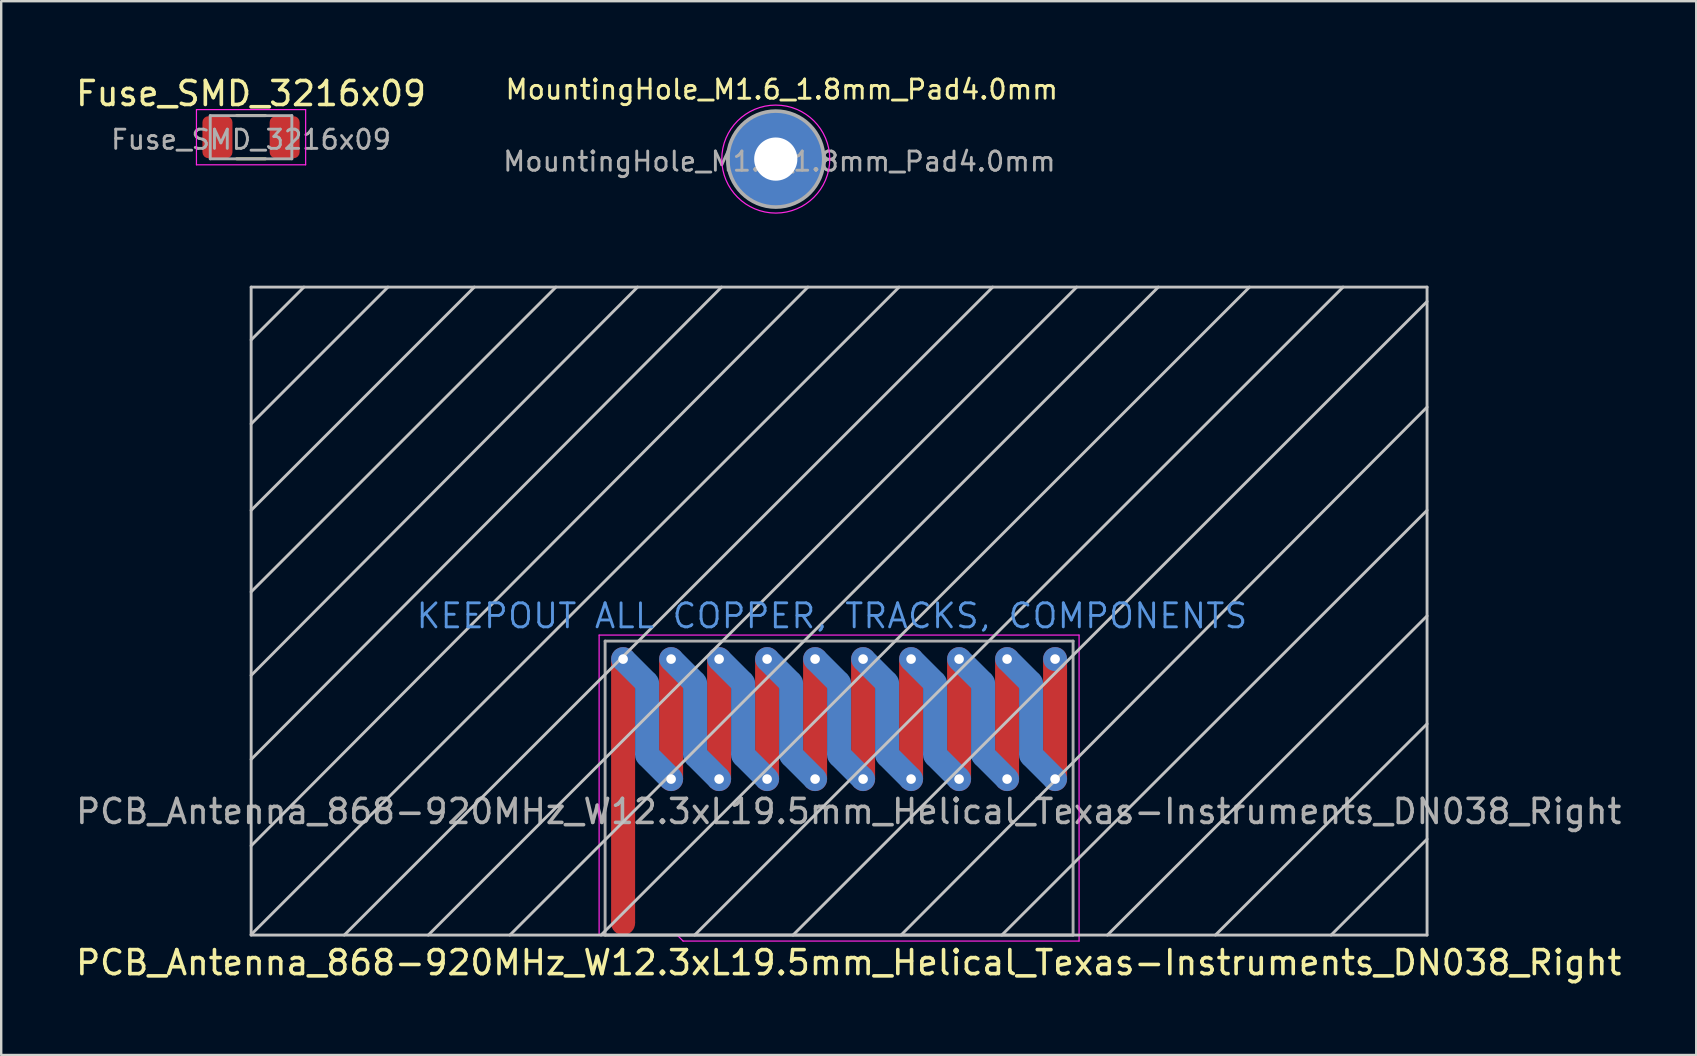
<source format=kicad_pcb>
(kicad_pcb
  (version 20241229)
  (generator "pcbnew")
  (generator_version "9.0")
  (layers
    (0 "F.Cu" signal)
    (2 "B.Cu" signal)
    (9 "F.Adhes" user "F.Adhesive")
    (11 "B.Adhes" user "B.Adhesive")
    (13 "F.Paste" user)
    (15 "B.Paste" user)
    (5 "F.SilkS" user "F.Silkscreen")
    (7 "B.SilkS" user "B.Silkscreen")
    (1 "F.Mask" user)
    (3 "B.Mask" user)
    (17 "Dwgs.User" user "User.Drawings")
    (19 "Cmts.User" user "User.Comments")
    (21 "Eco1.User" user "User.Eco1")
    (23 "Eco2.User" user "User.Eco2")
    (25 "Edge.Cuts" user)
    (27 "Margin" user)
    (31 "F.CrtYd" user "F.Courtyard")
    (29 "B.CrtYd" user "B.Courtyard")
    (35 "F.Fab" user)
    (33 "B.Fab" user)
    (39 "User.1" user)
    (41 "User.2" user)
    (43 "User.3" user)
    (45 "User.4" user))
  (footprint "MountingHole_M1.6_1.8mm_Pad4.0mm"
    (layer "F.Cu")
    (at 29.276 3.579)
    (property "Reference" "MountingHole_M1.6_1.8mm_Pad4.0mm" (at 0.25 -2.9 0) (layer "F.SilkS") (effects (font (size 0.8 0.8) (thickness 0.12))))
    (attr exclude_from_pos_files exclude_from_bom)
    (fp_circle (center 0 0) (end 2.25 0) (stroke (width 0.05) (type solid)) (fill no) (layer "F.CrtYd"))
    (fp_circle (center 0 0) (end 2 0) (stroke (width 0.15) (type solid)) (fill no) (layer "F.Fab"))
    (fp_text user "${REFERENCE}" (at 0.15 0.1 0) (layer "F.Fab") (effects (font (size 0.8 0.8) (thickness 0.12))))
    (pad "1" thru_hole circle (at 0 0) (size 4 4) (drill 1.8) (layers "*.Cu" "*.Mask")))
  (footprint "PCB_Antenna_868-920MHz_W12.3xL19.5mm_Helical_Texas-Instruments_DN038_Right"
    (layer "F.Cu")
    (at 22.915 35.414)
    (property "Reference" "PCB_Antenna_868-920MHz_W12.3xL19.5mm_Helical_Texas-Instruments_DN038_Right" (at 9.4 1.65 0) (unlocked yes) (layer "F.SilkS") (effects (font (size 1 1) (thickness 0.15))))
    (attr exclude_from_pos_files exclude_from_bom)
    (fp_poly (pts (xy 0.5 0) (xy -0.5 0) (xy -0.5 -11) (xy 0.5 -11)) (stroke (width 0) (type solid)) (fill yes) (layer "F.Cu"))
    (fp_poly (pts (xy 2.5 -6) (xy 1.5 -6) (xy 1.5 -11) (xy 2.5 -11)) (stroke (width 0) (type solid)) (fill yes) (layer "F.Cu"))
    (fp_poly (pts (xy 4.5 -6) (xy 3.5 -6) (xy 3.5 -11) (xy 4.5 -11)) (stroke (width 0) (type solid)) (fill yes) (layer "F.Cu"))
    (fp_poly (pts (xy 6.5 -6) (xy 5.5 -6) (xy 5.5 -11) (xy 6.5 -11)) (stroke (width 0) (type solid)) (fill yes) (layer "F.Cu"))
    (fp_poly (pts (xy 8.5 -6) (xy 7.5 -6) (xy 7.5 -11) (xy 8.5 -11)) (stroke (width 0) (type solid)) (fill yes) (layer "F.Cu"))
    (fp_poly (pts (xy 10.5 -6) (xy 9.5 -6) (xy 9.5 -11) (xy 10.5 -11)) (stroke (width 0) (type solid)) (fill yes) (layer "F.Cu"))
    (fp_poly (pts (xy 12.5 -6) (xy 11.5 -6) (xy 11.5 -11) (xy 12.5 -11)) (stroke (width 0) (type solid)) (fill yes) (layer "F.Cu"))
    (fp_poly (pts (xy 14.5 -6) (xy 13.5 -6) (xy 13.5 -11) (xy 14.5 -11)) (stroke (width 0) (type solid)) (fill yes) (layer "F.Cu"))
    (fp_poly (pts (xy 16.5 -6) (xy 15.5 -6) (xy 15.5 -11) (xy 16.5 -11)) (stroke (width 0) (type solid)) (fill yes) (layer "F.Cu"))
    (fp_poly (pts (xy 18.5 -6) (xy 17.5 -6) (xy 17.5 -11) (xy 18.5 -11)) (stroke (width 0) (type solid)) (fill yes) (layer "F.Cu"))
    (fp_circle (center 1 -10) (end 0.823 -9.823) (stroke (width 0.5) (type solid)) (fill no) (layer "B.Cu"))
    (fp_circle (center 1 -7) (end 0.823 -6.823) (stroke (width 0.5) (type solid)) (fill no) (layer "B.Cu"))
    (fp_circle (center 3 -10) (end 2.823 -9.823) (stroke (width 0.5) (type solid)) (fill no) (layer "B.Cu"))
    (fp_circle (center 3 -7) (end 2.823 -6.823) (stroke (width 0.5) (type solid)) (fill no) (layer "B.Cu"))
    (fp_circle (center 5 -10) (end 4.823 -9.823) (stroke (width 0.5) (type solid)) (fill no) (layer "B.Cu"))
    (fp_circle (center 5 -7) (end 4.823 -6.823) (stroke (width 0.5) (type solid)) (fill no) (layer "B.Cu"))
    (fp_circle (center 7 -10) (end 6.823 -9.823) (stroke (width 0.5) (type solid)) (fill no) (layer "B.Cu"))
    (fp_circle (center 7 -7) (end 6.823 -6.823) (stroke (width 0.5) (type solid)) (fill no) (layer "B.Cu"))
    (fp_circle (center 9 -10) (end 8.823 -9.823) (stroke (width 0.5) (type solid)) (fill no) (layer "B.Cu"))
    (fp_circle (center 9 -7) (end 8.823 -6.823) (stroke (width 0.5) (type solid)) (fill no) (layer "B.Cu"))
    (fp_circle (center 11 -10) (end 10.823 -9.823) (stroke (width 0.5) (type solid)) (fill no) (layer "B.Cu"))
    (fp_circle (center 11 -7) (end 10.823 -6.823) (stroke (width 0.5) (type solid)) (fill no) (layer "B.Cu"))
    (fp_circle (center 13 -10) (end 12.823 -9.823) (stroke (width 0.5) (type solid)) (fill no) (layer "B.Cu"))
    (fp_circle (center 13 -7) (end 12.823 -6.823) (stroke (width 0.5) (type solid)) (fill no) (layer "B.Cu"))
    (fp_circle (center 15 -10) (end 14.823 -9.823) (stroke (width 0.5) (type solid)) (fill no) (layer "B.Cu"))
    (fp_circle (center 15 -7) (end 14.823 -6.823) (stroke (width 0.5) (type solid)) (fill no) (layer "B.Cu"))
    (fp_circle (center 17 -10) (end 16.823 -9.823) (stroke (width 0.5) (type solid)) (fill no) (layer "B.Cu"))
    (fp_circle (center 17 -7) (end 16.823 -6.823) (stroke (width 0.5) (type solid)) (fill no) (layer "B.Cu"))
    (fp_poly (pts (xy -0.354 -10.646) (xy 0.354 -11.354) (xy 1.354 -10.354) (xy 0.646 -9.646)) (stroke (width 0) (type solid)) (fill yes) (layer "B.Cu"))
    (fp_poly (pts (xy 1.5 -7) (xy 0.5 -7) (xy 0.5 -10) (xy 1.5 -10)) (stroke (width 0) (type solid)) (fill yes) (layer "B.Cu"))
    (fp_poly (pts (xy 1.646 -10.646) (xy 2.354 -11.354) (xy 3.354 -10.354) (xy 2.646 -9.646)) (stroke (width 0) (type solid)) (fill yes) (layer "B.Cu"))
    (fp_poly (pts (xy 3.5 -7) (xy 2.5 -7) (xy 2.5 -10) (xy 3.5 -10)) (stroke (width 0) (type solid)) (fill yes) (layer "B.Cu"))
    (fp_poly (pts (xy 3.646 -10.646) (xy 4.354 -11.354) (xy 5.354 -10.354) (xy 4.646 -9.646)) (stroke (width 0) (type solid)) (fill yes) (layer "B.Cu"))
    (fp_poly (pts (xy 5.5 -7) (xy 4.5 -7) (xy 4.5 -10) (xy 5.5 -10)) (stroke (width 0) (type solid)) (fill yes) (layer "B.Cu"))
    (fp_poly (pts (xy 5.646 -10.646) (xy 6.354 -11.354) (xy 7.354 -10.354) (xy 6.646 -9.646)) (stroke (width 0) (type solid)) (fill yes) (layer "B.Cu"))
    (fp_poly (pts (xy 7.5 -7) (xy 6.5 -7) (xy 6.5 -10) (xy 7.5 -10)) (stroke (width 0) (type solid)) (fill yes) (layer "B.Cu"))
    (fp_poly (pts (xy 7.646 -10.646) (xy 8.354 -11.354) (xy 9.354 -10.354) (xy 8.646 -9.646)) (stroke (width 0) (type solid)) (fill yes) (layer "B.Cu"))
    (fp_poly (pts (xy 9.5 -7) (xy 8.5 -7) (xy 8.5 -10) (xy 9.5 -10)) (stroke (width 0) (type solid)) (fill yes) (layer "B.Cu"))
    (fp_poly (pts (xy 9.646 -10.646) (xy 10.354 -11.354) (xy 11.354 -10.354) (xy 10.646 -9.646)) (stroke (width 0) (type solid)) (fill yes) (layer "B.Cu"))
    (fp_poly (pts (xy 11.5 -7) (xy 10.5 -7) (xy 10.5 -10) (xy 11.5 -10)) (stroke (width 0) (type solid)) (fill yes) (layer "B.Cu"))
    (fp_poly (pts (xy 11.646 -10.646) (xy 12.354 -11.354) (xy 13.354 -10.354) (xy 12.646 -9.646)) (stroke (width 0) (type solid)) (fill yes) (layer "B.Cu"))
    (fp_poly (pts (xy 13.5 -7) (xy 12.5 -7) (xy 12.5 -10) (xy 13.5 -10)) (stroke (width 0) (type solid)) (fill yes) (layer "B.Cu"))
    (fp_poly (pts (xy 13.646 -10.646) (xy 14.354 -11.354) (xy 15.354 -10.354) (xy 14.646 -9.646)) (stroke (width 0) (type solid)) (fill yes) (layer "B.Cu"))
    (fp_poly (pts (xy 15.5 -7) (xy 14.5 -7) (xy 14.5 -10) (xy 15.5 -10)) (stroke (width 0) (type solid)) (fill yes) (layer "B.Cu"))
    (fp_poly (pts (xy 15.646 -10.646) (xy 16.354 -11.354) (xy 17.354 -10.354) (xy 16.646 -9.646)) (stroke (width 0) (type solid)) (fill yes) (layer "B.Cu"))
    (fp_poly (pts (xy 17.5 -7) (xy 16.5 -7) (xy 16.5 -10) (xy 17.5 -10)) (stroke (width 0) (type solid)) (fill yes) (layer "B.Cu"))
    (fp_poly (pts (xy 1.5 -7.207) (xy 2.354 -6.354) (xy 1.646 -5.646) (xy 0.646 -6.646) (xy 1.354 -7.354)) (stroke (width 0) (type solid)) (fill yes) (layer "B.Cu"))
    (fp_poly (pts (xy 3.5 -7.207) (xy 4.354 -6.354) (xy 3.646 -5.646) (xy 2.646 -6.646) (xy 3.354 -7.354)) (stroke (width 0) (type solid)) (fill yes) (layer "B.Cu"))
    (fp_poly (pts (xy 5.5 -7.207) (xy 6.354 -6.354) (xy 5.646 -5.646) (xy 4.646 -6.646) (xy 5.354 -7.354)) (stroke (width 0) (type solid)) (fill yes) (layer "B.Cu"))
    (fp_poly (pts (xy 7.5 -7.207) (xy 8.354 -6.354) (xy 7.646 -5.646) (xy 6.646 -6.646) (xy 7.354 -7.354)) (stroke (width 0) (type solid)) (fill yes) (layer "B.Cu"))
    (fp_poly (pts (xy 9.5 -7.207) (xy 10.354 -6.354) (xy 9.646 -5.646) (xy 8.646 -6.646) (xy 9.354 -7.354)) (stroke (width 0) (type solid)) (fill yes) (layer "B.Cu"))
    (fp_poly (pts (xy 11.5 -7.207) (xy 12.354 -6.354) (xy 11.646 -5.646) (xy 10.646 -6.646) (xy 11.354 -7.354)) (stroke (width 0) (type solid)) (fill yes) (layer "B.Cu"))
    (fp_poly (pts (xy 13.5 -7.207) (xy 14.354 -6.354) (xy 13.646 -5.646) (xy 12.646 -6.646) (xy 13.354 -7.354)) (stroke (width 0) (type solid)) (fill yes) (layer "B.Cu"))
    (fp_poly (pts (xy 15.5 -7.207) (xy 16.354 -6.354) (xy 15.646 -5.646) (xy 14.646 -6.646) (xy 15.354 -7.354)) (stroke (width 0) (type solid)) (fill yes) (layer "B.Cu"))
    (fp_poly (pts (xy 17.5 -7.207) (xy 18.354 -6.354) (xy 17.646 -5.646) (xy 16.646 -6.646) (xy 17.354 -7.354)) (stroke (width 0) (type solid)) (fill yes) (layer "B.Cu"))
    (fp_line (start -15.5 -26.5) (end -15.5 0.5) (stroke (width 0.12) (type solid)) (layer "Dwgs.User"))
    (fp_line (start -15.5 -24.3) (end -13.3 -26.5) (stroke (width 0.12) (type solid)) (layer "Dwgs.User"))
    (fp_line (start -15.5 -20.8) (end -9.8 -26.5) (stroke (width 0.12) (type solid)) (layer "Dwgs.User"))
    (fp_line (start -15.5 -17.2) (end -6.2 -26.5) (stroke (width 0.12) (type solid)) (layer "Dwgs.User"))
    (fp_line (start -15.5 -13.8) (end -2.8 -26.5) (stroke (width 0.12) (type solid)) (layer "Dwgs.User"))
    (fp_line (start -15.5 -10.32) (end 0.6 -26.5) (stroke (width 0.12) (type solid)) (layer "Dwgs.User"))
    (fp_line (start -15.5 -6.82) (end 4.1 -26.5) (stroke (width 0.12) (type solid)) (layer "Dwgs.User"))
    (fp_line (start -15.5 -3.22) (end 7.7 -26.5) (stroke (width 0.12) (type solid)) (layer "Dwgs.User"))
    (fp_line (start -15.5 0.48) (end 11.5 -26.5) (stroke (width 0.12) (type solid)) (layer "Dwgs.User"))
    (fp_line (start -15.5 0.5) (end 33.5 0.5) (stroke (width 0.12) (type solid)) (layer "Dwgs.User"))
    (fp_line (start -11.62 0.5) (end 15.4 -26.5) (stroke (width 0.12) (type solid)) (layer "Dwgs.User"))
    (fp_line (start -8.12 0.5) (end 18.9 -26.5) (stroke (width 0.12) (type solid)) (layer "Dwgs.User"))
    (fp_line (start -0.92 0.5) (end 26.1 -26.5) (stroke (width 0.12) (type solid)) (layer "Dwgs.User"))
    (fp_line (start 2.98 0.5) (end 30 -26.5) (stroke (width 0.12) (type solid)) (layer "Dwgs.User"))
    (fp_line (start 7.08 0.5) (end 33.5 -25.9) (stroke (width 0.12) (type solid)) (layer "Dwgs.User"))
    (fp_line (start 11.58 0.5) (end 33.5 -21.5) (stroke (width 0.12) (type solid)) (layer "Dwgs.User"))
    (fp_line (start 15.78 0.5) (end 33.5 -17.2) (stroke (width 0.12) (type solid)) (layer "Dwgs.User"))
    (fp_line (start 20.18 0.5) (end 33.5 -12.8) (stroke (width 0.12) (type solid)) (layer "Dwgs.User"))
    (fp_line (start 22.3 -26.5) (end -4.72 0.5) (stroke (width 0.12) (type solid)) (layer "Dwgs.User"))
    (fp_line (start 24.68 0.5) (end 33.5 -8.3) (stroke (width 0.12) (type solid)) (layer "Dwgs.User"))
    (fp_line (start 29.5 0.5) (end 33.5 -3.5) (stroke (width 0.12) (type solid)) (layer "Dwgs.User"))
    (fp_line (start 33.5 -26.5) (end -15.5 -26.5) (stroke (width 0.12) (type solid)) (layer "Dwgs.User"))
    (fp_line (start 33.5 0.5) (end 33.5 -26.5) (stroke (width 0.12) (type solid)) (layer "Dwgs.User"))
    (fp_line (start -1 -12) (end -1 0.5) (stroke (width 0.05) (type solid)) (layer "F.CrtYd"))
    (fp_line (start 2.25 0.5) (end -1 0.5) (stroke (width 0.05) (type solid)) (layer "F.CrtYd"))
    (fp_line (start 2.25 0.5) (end 2.5 0.75) (stroke (width 0.05) (type solid)) (layer "F.CrtYd"))
    (fp_line (start 2.5 0.75) (end 19 0.75) (stroke (width 0.05) (type solid)) (layer "F.CrtYd"))
    (fp_line (start 19 -12) (end -1 -12) (stroke (width 0.05) (type solid)) (layer "F.CrtYd"))
    (fp_line (start 19 0.75) (end 19 -12) (stroke (width 0.05) (type solid)) (layer "F.CrtYd"))
    (fp_line (start -0.75 -11.75) (end 18.75 -11.75) (stroke (width 0.12) (type solid)) (layer "F.Fab"))
    (fp_line (start -0.75 0.5) (end -0.75 -11.75) (stroke (width 0.12) (type solid)) (layer "F.Fab"))
    (fp_line (start 18.75 -11.75) (end 18.75 0.5) (stroke (width 0.12) (type solid)) (layer "F.Fab"))
    (fp_line (start 18.75 0.5) (end -0.75 0.5) (stroke (width 0.12) (type solid)) (layer "F.Fab"))
    (fp_text user "KEEPOUT ALL COPPER, TRACKS, COMPONENTS" (at 8.7 -12.8 0) (layer "Cmts.User") (effects (font (size 1 1) (thickness 0.12))))
    (fp_text user "${REFERENCE}" (at 9.4 -4.65 0) (layer "F.Fab") (effects (font (size 1 1) (thickness 0.15))))
    (pad "" thru_hole circle (at 0 -11) (size 1 1) (drill 0.4) (layers "*.Cu"))
    (pad "" thru_hole circle (at 2 -11) (size 1 1) (drill 0.4) (layers "*.Cu"))
    (pad "" thru_hole circle (at 2 -6) (size 1 1) (drill 0.4) (layers "*.Cu"))
    (pad "" thru_hole circle (at 4 -11) (size 1 1) (drill 0.4) (layers "*.Cu"))
    (pad "" thru_hole circle (at 4 -6) (size 1 1) (drill 0.4) (layers "*.Cu"))
    (pad "" thru_hole circle (at 6 -11) (size 1 1) (drill 0.4) (layers "*.Cu"))
    (pad "" thru_hole circle (at 6 -6) (size 1 1) (drill 0.4) (layers "*.Cu"))
    (pad "" thru_hole circle (at 8 -11) (size 1 1) (drill 0.4) (layers "*.Cu"))
    (pad "" thru_hole circle (at 8 -6) (size 1 1) (drill 0.4) (layers "*.Cu"))
    (pad "" thru_hole circle (at 10 -11) (size 1 1) (drill 0.4) (layers "*.Cu"))
    (pad "" thru_hole circle (at 10 -6) (size 1 1) (drill 0.4) (layers "*.Cu"))
    (pad "" thru_hole circle (at 12 -11) (size 1 1) (drill 0.4) (layers "*.Cu"))
    (pad "" thru_hole circle (at 12 -6) (size 1 1) (drill 0.4) (layers "*.Cu"))
    (pad "" thru_hole circle (at 14 -11) (size 1 1) (drill 0.4) (layers "*.Cu"))
    (pad "" thru_hole circle (at 14 -6) (size 1 1) (drill 0.4) (layers "*.Cu"))
    (pad "" thru_hole circle (at 16 -11) (size 1 1) (drill 0.4) (layers "*.Cu"))
    (pad "" thru_hole circle (at 16 -6) (size 1 1) (drill 0.4) (layers "*.Cu"))
    (pad "" thru_hole circle (at 18 -11) (size 1 1) (drill 0.4) (layers "*.Cu"))
    (pad "" thru_hole circle (at 18 -6) (size 1 1) (drill 0.4) (layers "*.Cu"))
    (pad "1" connect circle (at 0 0) (size 1 1) (layers "F.Cu")))
  (footprint "Fuse_SMD_3216x09"
    (layer "F.Cu")
    (at 7.411 2.668)
    (property "Reference" "Fuse_SMD_3216x09" (at 0 -1.82 0) (unlocked yes) (layer "F.SilkS") (effects (font (size 1 1) (thickness 0.15))))
    (attr smd)
    (fp_line (start -0.6 -0.9) (end 0.6 -0.9) (stroke (width 0.12) (type solid)) (layer "F.SilkS"))
    (fp_line (start 0.6 0.9) (end -0.6 0.9) (stroke (width 0.12) (type solid)) (layer "F.SilkS"))
    (fp_line (start -2.275 -1.15) (end 2.275 -1.15) (stroke (width 0.05) (type solid)) (layer "F.CrtYd"))
    (fp_line (start -2.275 1.15) (end -2.275 -1.15) (stroke (width 0.05) (type solid)) (layer "F.CrtYd"))
    (fp_line (start 2.275 -1.15) (end 2.275 1.15) (stroke (width 0.05) (type solid)) (layer "F.CrtYd"))
    (fp_line (start 2.275 1.15) (end -2.275 1.15) (stroke (width 0.05) (type solid)) (layer "F.CrtYd"))
    (fp_line (start -1.7 -0.9) (end 1.7 -0.9) (stroke (width 0.12) (type solid)) (layer "F.Fab"))
    (fp_line (start -1.7 0.9) (end -1.7 -0.9) (stroke (width 0.12) (type solid)) (layer "F.Fab"))
    (fp_line (start 1.7 -0.9) (end 1.7 0.9) (stroke (width 0.12) (type solid)) (layer "F.Fab"))
    (fp_line (start 1.7 0.9) (end -1.7 0.9) (stroke (width 0.12) (type solid)) (layer "F.Fab"))
    (fp_text user "${REFERENCE}" (at 0 0.1 0) (layer "F.Fab") (effects (font (size 0.8 0.8) (thickness 0.12))))
    (pad "1" smd roundrect (at -1.4 0) (size 1.25 1.75) (layers "F.Cu" "F.Mask" "F.Paste") (roundrect_rratio 0.2))
    (pad "2" smd roundrect (at 1.4 0) (size 1.25 1.75) (layers "F.Cu" "F.Mask" "F.Paste") (roundrect_rratio 0.2)))
  (gr_rect
    (start -3 -3)
    (end 67.631 40.912)
    (stroke (width 0.1) (type default))
    (fill no)
    (layer "Edge.Cuts")))
</source>
